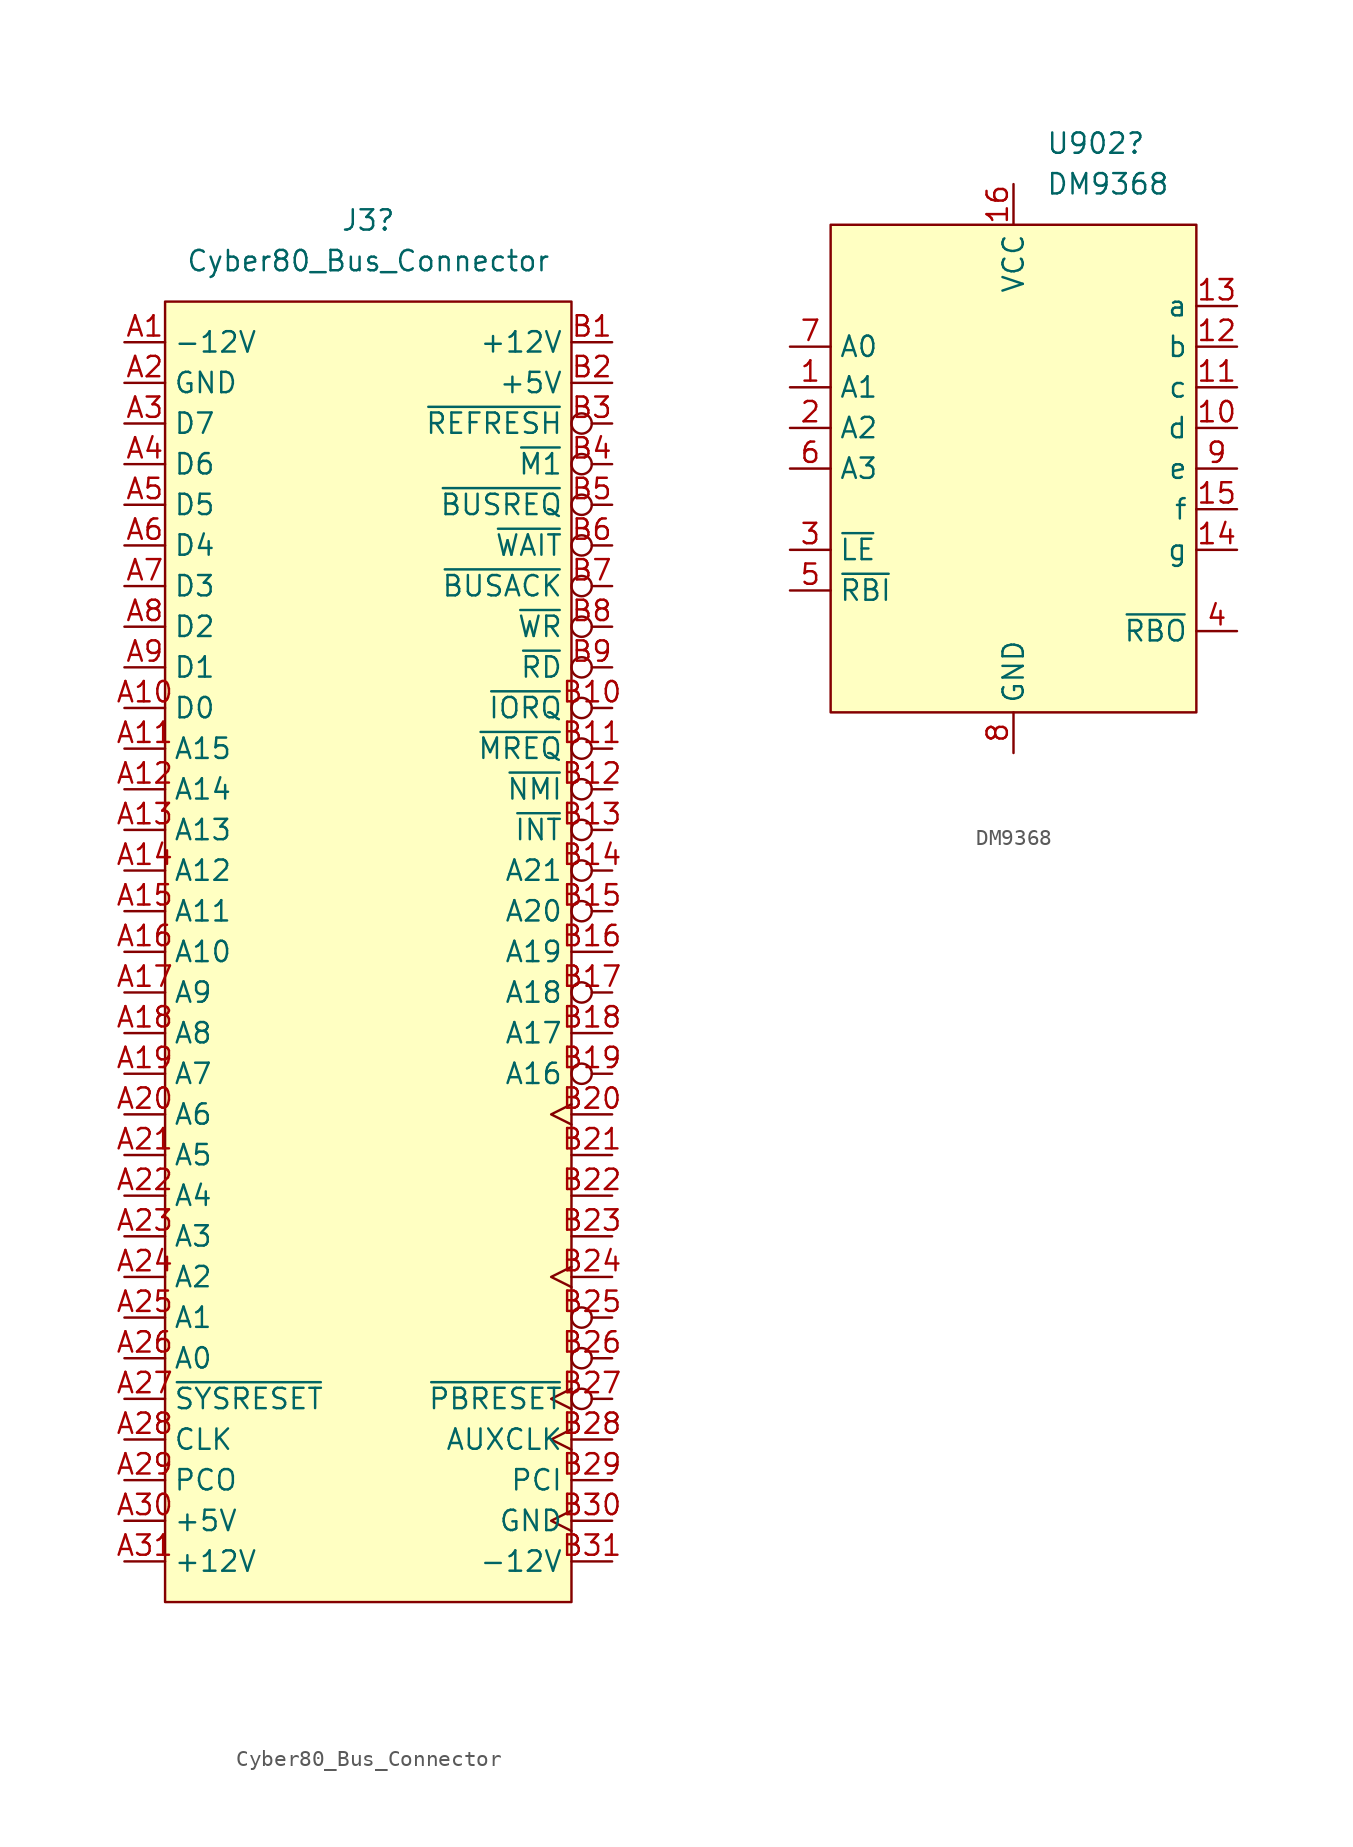
<source format=kicad_sym>
(kicad_symbol_lib
  (version 20211014)
  (generator kicad_symbol_editor)
  (symbol "Cyber80_Bus_Connector"
    (property "Reference" "J3"
      (at 0 45.72 0)
      (effects (font (size 1.27 1.27))))
    (property "Value" "Cyber80_Bus_Connector"
      (at 0 43.18 0)
      (effects (font (size 1.27 1.27))))
    (symbol "Cyber80_Bus_Connector_0_0"
      (pin power_out line (at -15.24 38.1 0) (length 2.54) (name "-12V" (effects (font (size 1.27 1.27)))) (number "A1" (effects (font (size 1.27 1.27)))))
      (pin bidirectional line (at -15.24 15.24 0) (length 2.54) (name "D0" (effects (font (size 1.27 1.27)))) (number "A10" (effects (font (size 1.27 1.27)))))
      (pin output line (at -15.24 12.7 0) (length 2.54) (name "A15" (effects (font (size 1.27 1.27)))) (number "A11" (effects (font (size 1.27 1.27)))))
      (pin output line (at -15.24 10.16 0) (length 2.54) (name "A14" (effects (font (size 1.27 1.27)))) (number "A12" (effects (font (size 1.27 1.27)))))
      (pin output line (at -15.24 7.62 0) (length 2.54) (name "A13" (effects (font (size 1.27 1.27)))) (number "A13" (effects (font (size 1.27 1.27)))))
      (pin output line (at -15.24 5.08 0) (length 2.54) (name "A12" (effects (font (size 1.27 1.27)))) (number "A14" (effects (font (size 1.27 1.27)))))
      (pin output line (at -15.24 2.54 0) (length 2.54) (name "A11" (effects (font (size 1.27 1.27)))) (number "A15" (effects (font (size 1.27 1.27)))))
      (pin output line (at -15.24 0 0) (length 2.54) (name "A10" (effects (font (size 1.27 1.27)))) (number "A16" (effects (font (size 1.27 1.27)))))
      (pin output line (at -15.24 -2.54 0) (length 2.54) (name "A9" (effects (font (size 1.27 1.27)))) (number "A17" (effects (font (size 1.27 1.27)))))
      (pin output line (at -15.24 -5.08 0) (length 2.54) (name "A8" (effects (font (size 1.27 1.27)))) (number "A18" (effects (font (size 1.27 1.27)))))
      (pin output line (at -15.24 -7.62 0) (length 2.54) (name "A7" (effects (font (size 1.27 1.27)))) (number "A19" (effects (font (size 1.27 1.27)))))
      (pin power_out line (at -15.24 35.56 0) (length 2.54) (name "GND" (effects (font (size 1.27 1.27)))) (number "A2" (effects (font (size 1.27 1.27)))))
      (pin output line (at -15.24 -10.16 0) (length 2.54) (name "A6" (effects (font (size 1.27 1.27)))) (number "A20" (effects (font (size 1.27 1.27)))))
      (pin output line (at -15.24 -12.7 0) (length 2.54) (name "A5" (effects (font (size 1.27 1.27)))) (number "A21" (effects (font (size 1.27 1.27)))))
      (pin output line (at -15.24 -15.24 0) (length 2.54) (name "A4" (effects (font (size 1.27 1.27)))) (number "A22" (effects (font (size 1.27 1.27)))))
      (pin output line (at -15.24 -17.78 0) (length 2.54) (name "A3" (effects (font (size 1.27 1.27)))) (number "A23" (effects (font (size 1.27 1.27)))))
      (pin output line (at -15.24 -20.32 0) (length 2.54) (name "A2" (effects (font (size 1.27 1.27)))) (number "A24" (effects (font (size 1.27 1.27)))))
      (pin output line (at -15.24 -22.86 0) (length 2.54) (name "A1" (effects (font (size 1.27 1.27)))) (number "A25" (effects (font (size 1.27 1.27)))))
      (pin output line (at -15.24 -25.4 0) (length 2.54) (name "A0" (effects (font (size 1.27 1.27)))) (number "A26" (effects (font (size 1.27 1.27)))))
      (pin output line (at -15.24 -27.94 0) (length 2.54) (name "~{SYSRESET}" (effects (font (size 1.27 1.27)))) (number "A27" (effects (font (size 1.27 1.27)))))
      (pin output line (at -15.24 -30.48 0) (length 2.54) (name "CLK" (effects (font (size 1.27 1.27)))) (number "A28" (effects (font (size 1.27 1.27)))))
      (pin output line (at -15.24 -33.02 0) (length 2.54) (name "PCO" (effects (font (size 1.27 1.27)))) (number "A29" (effects (font (size 1.27 1.27)))))
      (pin bidirectional line (at -15.24 33.02 0) (length 2.54) (name "D7" (effects (font (size 1.27 1.27)))) (number "A3" (effects (font (size 1.27 1.27)))))
      (pin power_out line (at -15.24 -35.56 0) (length 2.54) (name "+5V" (effects (font (size 1.27 1.27)))) (number "A30" (effects (font (size 1.27 1.27)))))
      (pin power_out line (at -15.24 -38.1 0) (length 2.54) (name "+12V" (effects (font (size 1.27 1.27)))) (number "A31" (effects (font (size 1.27 1.27)))))
      (pin bidirectional line (at -15.24 30.48 0) (length 2.54) (name "D6" (effects (font (size 1.27 1.27)))) (number "A4" (effects (font (size 1.27 1.27)))))
      (pin bidirectional line (at -15.24 27.94 0) (length 2.54) (name "D5" (effects (font (size 1.27 1.27)))) (number "A5" (effects (font (size 1.27 1.27)))))
      (pin bidirectional line (at -15.24 25.4 0) (length 2.54) (name "D4" (effects (font (size 1.27 1.27)))) (number "A6" (effects (font (size 1.27 1.27)))))
      (pin bidirectional line (at -15.24 22.86 0) (length 2.54) (name "D3" (effects (font (size 1.27 1.27)))) (number "A7" (effects (font (size 1.27 1.27)))))
      (pin bidirectional line (at -15.24 20.32 0) (length 2.54) (name "D2" (effects (font (size 1.27 1.27)))) (number "A8" (effects (font (size 1.27 1.27)))))
      (pin bidirectional line (at -15.24 17.78 0) (length 2.54) (name "D1" (effects (font (size 1.27 1.27)))) (number "A9" (effects (font (size 1.27 1.27)))))
      (pin power_out line (at 15.24 38.1 180) (length 2.54) (name "+12V" (effects (font (size 1.27 1.27)))) (number "B1" (effects (font (size 1.27 1.27)))))
      (pin output inverted (at 15.24 15.24 180) (length 2.54) (name "~{IORQ}" (effects (font (size 1.27 1.27)))) (number "B10" (effects (font (size 1.27 1.27)))))
      (pin output inverted (at 15.24 12.7 180) (length 2.54) (name "~{MREQ}" (effects (font (size 1.27 1.27)))) (number "B11" (effects (font (size 1.27 1.27)))))
      (pin input inverted (at 15.24 10.16 180) (length 2.54) (name "~{NMI}" (effects (font (size 1.27 1.27)))) (number "B12" (effects (font (size 1.27 1.27)))))
      (pin input inverted (at 15.24 7.62 180) (length 2.54) (name "~{INT}" (effects (font (size 1.27 1.27)))) (number "B13" (effects (font (size 1.27 1.27)))))
      (pin output inverted (at 15.24 5.08 180) (length 2.54) (name "A21" (effects (font (size 1.27 1.27)))) (number "B14" (effects (font (size 1.27 1.27)))))
      (pin output inverted (at 15.24 2.54 180) (length 2.54) (name "A20" (effects (font (size 1.27 1.27)))) (number "B15" (effects (font (size 1.27 1.27)))))
      (pin output line (at 15.24 0 180) (length 2.54) (name "A19" (effects (font (size 1.27 1.27)))) (number "B16" (effects (font (size 1.27 1.27)))))
      (pin output inverted (at 15.24 -2.54 180) (length 2.54) (name "A18" (effects (font (size 1.27 1.27)))) (number "B17" (effects (font (size 1.27 1.27)))))
      (pin output line (at 15.24 -5.08 180) (length 2.54) (name "A17" (effects (font (size 1.27 1.27)))) (number "B18" (effects (font (size 1.27 1.27)))))
      (pin output inverted (at 15.24 -7.62 180) (length 2.54) (name "A16" (effects (font (size 1.27 1.27)))) (number "B19" (effects (font (size 1.27 1.27)))))
      (pin power_out line (at 15.24 35.56 180) (length 2.54) (name "+5V" (effects (font (size 1.27 1.27)))) (number "B2" (effects (font (size 1.27 1.27)))))
      (pin free clock (at 15.24 -10.16 180) (length 2.54) (name "" (effects (font (size 1.27 1.27)))) (number "B20" (effects (font (size 1.27 1.27)))))
      (pin free line (at 15.24 -12.7 180) (length 2.54) (name "" (effects (font (size 1.27 1.27)))) (number "B21" (effects (font (size 1.27 1.27)))))
      (pin free line (at 15.24 -15.24 180) (length 2.54) (name "" (effects (font (size 1.27 1.27)))) (number "B22" (effects (font (size 1.27 1.27)))))
      (pin free line (at 15.24 -17.78 180) (length 2.54) (name "" (effects (font (size 1.27 1.27)))) (number "B23" (effects (font (size 1.27 1.27)))))
      (pin free clock (at 15.24 -20.32 180) (length 2.54) (name "" (effects (font (size 1.27 1.27)))) (number "B24" (effects (font (size 1.27 1.27)))))
      (pin free inverted (at 15.24 -22.86 180) (length 2.54) (name "" (effects (font (size 1.27 1.27)))) (number "B25" (effects (font (size 1.27 1.27)))))
      (pin free inverted (at 15.24 -25.4 180) (length 2.54) (name "" (effects (font (size 1.27 1.27)))) (number "B26" (effects (font (size 1.27 1.27)))))
      (pin input inverted_clock (at 15.24 -27.94 180) (length 2.54) (name "~{PBRESET}" (effects (font (size 1.27 1.27)))) (number "B27" (effects (font (size 1.27 1.27)))))
      (pin bidirectional clock (at 15.24 -30.48 180) (length 2.54) (name "AUXCLK" (effects (font (size 1.27 1.27)))) (number "B28" (effects (font (size 1.27 1.27)))))
      (pin output line (at 15.24 -33.02 180) (length 2.54) (name "PCI" (effects (font (size 1.27 1.27)))) (number "B29" (effects (font (size 1.27 1.27)))))
      (pin output inverted (at 15.24 33.02 180) (length 2.54) (name "~{REFRESH}" (effects (font (size 1.27 1.27)))) (number "B3" (effects (font (size 1.27 1.27)))))
      (pin power_out clock (at 15.24 -35.56 180) (length 2.54) (name "GND" (effects (font (size 1.27 1.27)))) (number "B30" (effects (font (size 1.27 1.27)))))
      (pin power_out line (at 15.24 -38.1 180) (length 2.54) (name "-12V" (effects (font (size 1.27 1.27)))) (number "B31" (effects (font (size 1.27 1.27)))))
      (pin output inverted (at 15.24 30.48 180) (length 2.54) (name "~{M1}" (effects (font (size 1.27 1.27)))) (number "B4" (effects (font (size 1.27 1.27)))))
      (pin input inverted (at 15.24 27.94 180) (length 2.54) (name "~{BUSREQ}" (effects (font (size 1.27 1.27)))) (number "B5" (effects (font (size 1.27 1.27)))))
      (pin input inverted (at 15.24 25.4 180) (length 2.54) (name "~{WAIT}" (effects (font (size 1.27 1.27)))) (number "B6" (effects (font (size 1.27 1.27)))))
      (pin output inverted (at 15.24 22.86 180) (length 2.54) (name "~{BUSACK}" (effects (font (size 1.27 1.27)))) (number "B7" (effects (font (size 1.27 1.27)))))
      (pin output inverted (at 15.24 20.32 180) (length 2.54) (name "~{WR}" (effects (font (size 1.27 1.27)))) (number "B8" (effects (font (size 1.27 1.27)))))
      (pin output inverted (at 15.24 17.78 180) (length 2.54) (name "~{RD}" (effects (font (size 1.27 1.27)))) (number "B9" (effects (font (size 1.27 1.27))))))
    (symbol "Cyber80_Bus_Connector_0_1"
      (rectangle (start -12.7 40.64) (end 12.7 -40.64) (stroke (width 0.152) (type default) (color 0 0 0 0)) (fill (type background)))))
  (symbol "DM9368"
    (property "Reference" "U902"
      (at 2.019 5.08 0)
      (effects (font (size 1.27 1.27)) (justify left)))
    (property "Value" "DM9368"
      (at 2.019 2.54 0)
      (effects (font (size 1.27 1.27)) (justify left)))
    (symbol "DM9368_0_0"
      (pin input line (at -13.97 -10.16 0) (length 2.54) (name "A1" (effects (font (size 1.27 1.27)))) (number "1" (effects (font (size 1.27 1.27)))))
      (pin output line (at 13.97 -12.7 180) (length 2.54) (name "d" (effects (font (size 1.27 1.27)))) (number "10" (effects (font (size 1.27 1.27)))))
      (pin output line (at 13.97 -10.16 180) (length 2.54) (name "c" (effects (font (size 1.27 1.27)))) (number "11" (effects (font (size 1.27 1.27)))))
      (pin output line (at 13.97 -7.62 180) (length 2.54) (name "b" (effects (font (size 1.27 1.27)))) (number "12" (effects (font (size 1.27 1.27)))))
      (pin output line (at 13.97 -5.08 180) (length 2.54) (name "a" (effects (font (size 1.27 1.27)))) (number "13" (effects (font (size 1.27 1.27)))))
      (pin output line (at 13.97 -20.32 180) (length 2.54) (name "g" (effects (font (size 1.27 1.27)))) (number "14" (effects (font (size 1.27 1.27)))))
      (pin output line (at 13.97 -17.78 180) (length 2.54) (name "f" (effects (font (size 1.27 1.27)))) (number "15" (effects (font (size 1.27 1.27)))))
      (pin power_in line (at 0 2.54 270) (length 2.54) (name "VCC" (effects (font (size 1.27 1.27)))) (number "16" (effects (font (size 1.27 1.27)))))
      (pin input line (at -13.97 -12.7 0) (length 2.54) (name "A2" (effects (font (size 1.27 1.27)))) (number "2" (effects (font (size 1.27 1.27)))))
      (pin input line (at -13.97 -20.32 0) (length 2.54) (name "~{LE}" (effects (font (size 1.27 1.27)))) (number "3" (effects (font (size 1.27 1.27)))))
      (pin output line (at 13.97 -25.4 180) (length 2.54) (name "~{RBO}" (effects (font (size 1.27 1.27)))) (number "4" (effects (font (size 1.27 1.27)))))
      (pin input line (at -13.97 -22.86 0) (length 2.54) (name "~{RBI}" (effects (font (size 1.27 1.27)))) (number "5" (effects (font (size 1.27 1.27)))))
      (pin input line (at -13.97 -15.24 0) (length 2.54) (name "A3" (effects (font (size 1.27 1.27)))) (number "6" (effects (font (size 1.27 1.27)))))
      (pin input line (at -13.97 -7.62 0) (length 2.54) (name "A0" (effects (font (size 1.27 1.27)))) (number "7" (effects (font (size 1.27 1.27)))))
      (pin power_in line (at 0 -33.02 90) (length 2.54) (name "GND" (effects (font (size 1.27 1.27)))) (number "8" (effects (font (size 1.27 1.27)))))
      (pin output line (at 13.97 -15.24 180) (length 2.54) (name "e" (effects (font (size 1.27 1.27)))) (number "9" (effects (font (size 1.27 1.27))))))
    (symbol "DM9368_0_1"
      (rectangle (start -11.43 0) (end 11.43 -30.48) (stroke (width 0) (type default) (color 0 0 0 0)) (fill (type background))))))
</source>
